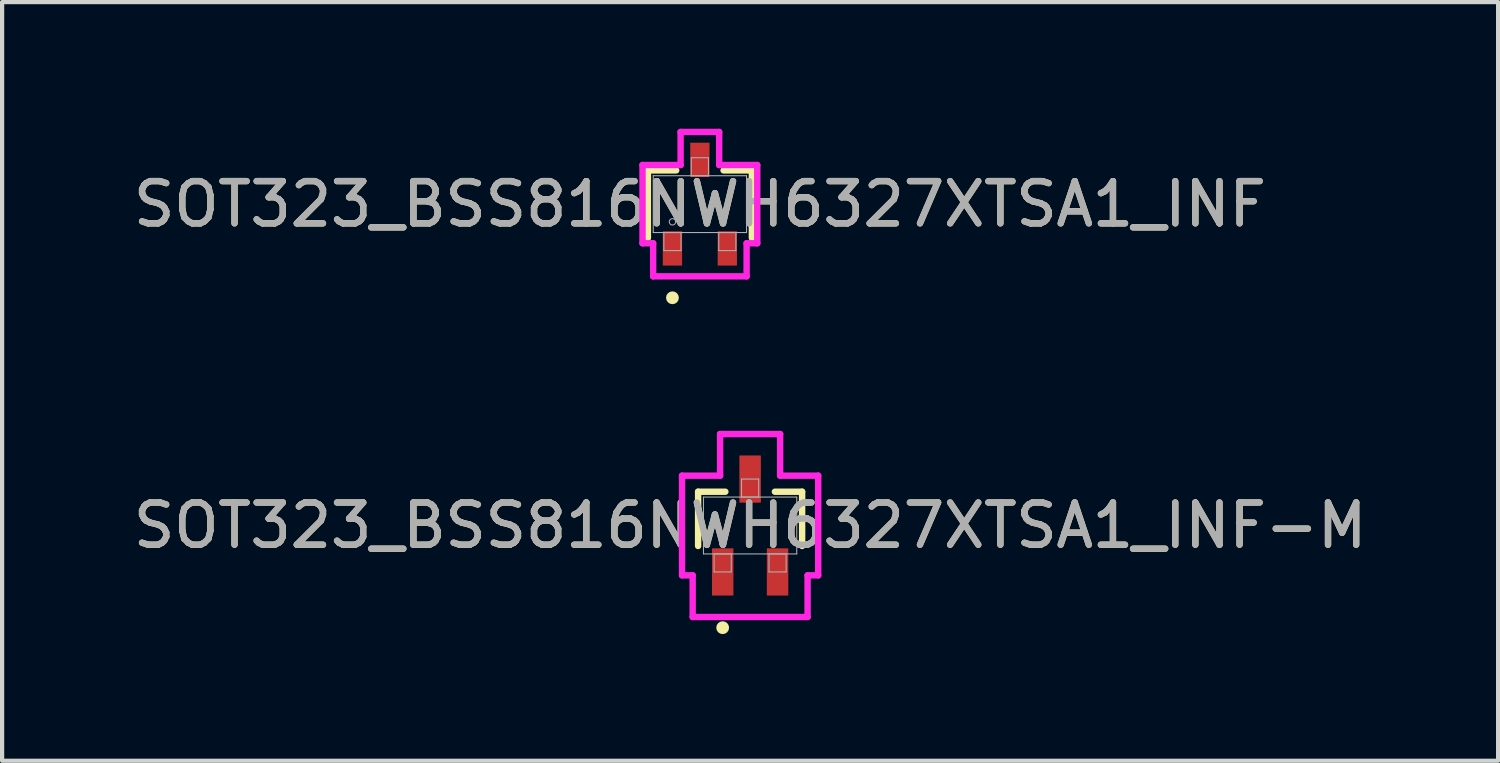
<source format=kicad_pcb>
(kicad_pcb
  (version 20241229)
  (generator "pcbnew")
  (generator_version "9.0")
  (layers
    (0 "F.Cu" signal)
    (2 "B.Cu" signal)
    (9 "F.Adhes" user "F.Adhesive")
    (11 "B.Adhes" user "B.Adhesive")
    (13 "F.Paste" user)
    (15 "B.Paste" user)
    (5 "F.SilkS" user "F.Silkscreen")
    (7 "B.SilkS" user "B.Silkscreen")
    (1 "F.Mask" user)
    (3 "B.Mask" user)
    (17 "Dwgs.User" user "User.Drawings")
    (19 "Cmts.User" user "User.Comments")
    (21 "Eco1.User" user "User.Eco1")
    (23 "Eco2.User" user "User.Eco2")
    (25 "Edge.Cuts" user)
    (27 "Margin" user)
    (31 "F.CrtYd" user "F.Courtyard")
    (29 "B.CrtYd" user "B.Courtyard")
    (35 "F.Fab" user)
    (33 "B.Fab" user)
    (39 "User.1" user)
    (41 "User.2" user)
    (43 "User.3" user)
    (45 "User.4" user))
  (footprint "SOT323_BSS816NWH6327XTSA1_INF"
    (layer "F.Cu")
    (at 13.53 1.786)
    (property "Reference" "SOT323_BSS816NWH6327XTSA1_INF" (at 0 0 0) (unlocked yes) (layer "F.SilkS") (effects (font (size 1 1) (thickness 0.15))))
    (attr smd)
    (fp_line (start -1.232 -0.8) (end -1.232 0.8) (stroke (width 0.152) (type solid)) (layer "F.SilkS"))
    (fp_line (start -0.561 -0.8) (end -1.232 -0.8) (stroke (width 0.152) (type solid)) (layer "F.SilkS"))
    (fp_line (start 1.232 -0.8) (end 0.561 -0.8) (stroke (width 0.152) (type solid)) (layer "F.SilkS"))
    (fp_line (start 1.232 0.8) (end 1.232 -0.8) (stroke (width 0.152) (type solid)) (layer "F.SilkS"))
    (fp_circle (center -0.65 2.218) (end -0.574 2.218) (stroke (width 0.152) (type solid)) (fill no) (layer "F.SilkS"))
    (fp_line (start -1.359 -0.927) (end -0.457 -0.927) (stroke (width 0.152) (type solid)) (layer "F.CrtYd"))
    (fp_line (start -1.359 0.927) (end -1.359 -0.927) (stroke (width 0.152) (type solid)) (layer "F.CrtYd"))
    (fp_line (start -1.359 0.927) (end -1.107 0.927) (stroke (width 0.152) (type solid)) (layer "F.CrtYd"))
    (fp_line (start -1.107 0.927) (end -1.107 1.71) (stroke (width 0.152) (type solid)) (layer "F.CrtYd"))
    (fp_line (start -1.107 1.71) (end 1.107 1.71) (stroke (width 0.152) (type solid)) (layer "F.CrtYd"))
    (fp_line (start -0.457 -1.71) (end 0.457 -1.71) (stroke (width 0.152) (type solid)) (layer "F.CrtYd"))
    (fp_line (start -0.457 -0.927) (end -0.457 -1.71) (stroke (width 0.152) (type solid)) (layer "F.CrtYd"))
    (fp_line (start 0.457 -0.927) (end 0.457 -1.71) (stroke (width 0.152) (type solid)) (layer "F.CrtYd"))
    (fp_line (start 1.107 0.927) (end 1.107 1.71) (stroke (width 0.152) (type solid)) (layer "F.CrtYd"))
    (fp_line (start 1.359 -0.927) (end 0.457 -0.927) (stroke (width 0.152) (type solid)) (layer "F.CrtYd"))
    (fp_line (start 1.359 -0.927) (end 1.359 0.927) (stroke (width 0.152) (type solid)) (layer "F.CrtYd"))
    (fp_line (start 1.359 0.927) (end 1.107 0.927) (stroke (width 0.152) (type solid)) (layer "F.CrtYd"))
    (fp_line (start -1.105 -0.673) (end -1.105 0.673) (stroke (width 0.025) (type solid)) (layer "F.Fab"))
    (fp_line (start -1.105 0.673) (end 1.105 0.673) (stroke (width 0.025) (type solid)) (layer "F.Fab"))
    (fp_line (start -0.853 0.673) (end -0.853 1.1) (stroke (width 0.025) (type solid)) (layer "F.Fab"))
    (fp_line (start -0.853 1.1) (end -0.447 1.1) (stroke (width 0.025) (type solid)) (layer "F.Fab"))
    (fp_line (start -0.447 0.673) (end -0.853 0.673) (stroke (width 0.025) (type solid)) (layer "F.Fab"))
    (fp_line (start -0.447 1.1) (end -0.447 0.673) (stroke (width 0.025) (type solid)) (layer "F.Fab"))
    (fp_line (start -0.203 -1.1) (end -0.203 -0.673) (stroke (width 0.025) (type solid)) (layer "F.Fab"))
    (fp_line (start -0.203 -0.673) (end 0.203 -0.673) (stroke (width 0.025) (type solid)) (layer "F.Fab"))
    (fp_line (start 0.203 -1.1) (end -0.203 -1.1) (stroke (width 0.025) (type solid)) (layer "F.Fab"))
    (fp_line (start 0.203 -0.673) (end 0.203 -1.1) (stroke (width 0.025) (type solid)) (layer "F.Fab"))
    (fp_line (start 0.447 0.673) (end 0.447 1.1) (stroke (width 0.025) (type solid)) (layer "F.Fab"))
    (fp_line (start 0.447 1.1) (end 0.853 1.1) (stroke (width 0.025) (type solid)) (layer "F.Fab"))
    (fp_line (start 0.853 0.673) (end 0.447 0.673) (stroke (width 0.025) (type solid)) (layer "F.Fab"))
    (fp_line (start 0.853 1.1) (end 0.853 0.673) (stroke (width 0.025) (type solid)) (layer "F.Fab"))
    (fp_line (start 1.105 -0.673) (end -1.105 -0.673) (stroke (width 0.025) (type solid)) (layer "F.Fab"))
    (fp_line (start 1.105 0.673) (end 1.105 -0.673) (stroke (width 0.025) (type solid)) (layer "F.Fab"))
    (fp_circle (center -0.65 0.419) (end -0.574 0.419) (stroke (width 0.025) (type solid)) (fill no) (layer "F.Fab"))
    (fp_text user "${REFERENCE}" (at 0 0 0) (unlocked yes) (layer "F.Fab") (effects (font (size 1 1) (thickness 0.15))))
    (pad "1" smd rect (at -0.65 1.049) (size 0.457 0.813) (layers "F.Cu" "F.Mask" "F.Paste"))
    (pad "2" smd rect (at 0.65 1.049) (size 0.457 0.813) (layers "F.Cu" "F.Mask" "F.Paste"))
    (pad "3" smd rect (at 0 -1.049) (size 0.457 0.813) (layers "F.Cu" "F.Mask" "F.Paste")))
  (footprint "SOT323_BSS816NWH6327XTSA1_INF-M"
    (layer "F.Cu")
    (at 14.72 9.399)
    (property "Reference" "SOT323_BSS816NWH6327XTSA1_INF-M" (at 0 0 0) (unlocked yes) (layer "F.SilkS") (effects (font (size 1 1) (thickness 0.15))))
    (attr smd)
    (fp_line (start -1.232 -0.8) (end -1.232 0.485) (stroke (width 0.152) (type solid)) (layer "F.SilkS"))
    (fp_line (start -0.587 -0.8) (end -1.232 -0.8) (stroke (width 0.152) (type solid)) (layer "F.SilkS"))
    (fp_line (start 1.232 -0.8) (end 0.587 -0.8) (stroke (width 0.152) (type solid)) (layer "F.SilkS"))
    (fp_line (start 1.232 0.485) (end 1.232 -0.8) (stroke (width 0.152) (type solid)) (layer "F.SilkS"))
    (fp_circle (center -0.65 2.421) (end -0.574 2.421) (stroke (width 0.152) (type solid)) (fill no) (layer "F.SilkS"))
    (fp_line (start -1.613 -1.181) (end -0.711 -1.181) (stroke (width 0.152) (type solid)) (layer "F.CrtYd"))
    (fp_line (start -1.613 1.181) (end -1.613 -1.181) (stroke (width 0.152) (type solid)) (layer "F.CrtYd"))
    (fp_line (start -1.613 1.181) (end -1.361 1.181) (stroke (width 0.152) (type solid)) (layer "F.CrtYd"))
    (fp_line (start -1.361 1.181) (end -1.361 2.167) (stroke (width 0.152) (type solid)) (layer "F.CrtYd"))
    (fp_line (start -1.361 2.167) (end 1.361 2.167) (stroke (width 0.152) (type solid)) (layer "F.CrtYd"))
    (fp_line (start -0.711 -2.167) (end 0.711 -2.167) (stroke (width 0.152) (type solid)) (layer "F.CrtYd"))
    (fp_line (start -0.711 -1.181) (end -0.711 -2.167) (stroke (width 0.152) (type solid)) (layer "F.CrtYd"))
    (fp_line (start 0.711 -1.181) (end 0.711 -2.167) (stroke (width 0.152) (type solid)) (layer "F.CrtYd"))
    (fp_line (start 1.361 1.181) (end 1.361 2.167) (stroke (width 0.152) (type solid)) (layer "F.CrtYd"))
    (fp_line (start 1.613 -1.181) (end 0.711 -1.181) (stroke (width 0.152) (type solid)) (layer "F.CrtYd"))
    (fp_line (start 1.613 -1.181) (end 1.613 1.181) (stroke (width 0.152) (type solid)) (layer "F.CrtYd"))
    (fp_line (start 1.613 1.181) (end 1.361 1.181) (stroke (width 0.152) (type solid)) (layer "F.CrtYd"))
    (fp_line (start -1.105 -0.673) (end -1.105 0.673) (stroke (width 0.025) (type solid)) (layer "F.Fab"))
    (fp_line (start -1.105 0.673) (end 1.105 0.673) (stroke (width 0.025) (type solid)) (layer "F.Fab"))
    (fp_line (start -0.853 0.673) (end -0.853 1.1) (stroke (width 0.025) (type solid)) (layer "F.Fab"))
    (fp_line (start -0.853 1.1) (end -0.447 1.1) (stroke (width 0.025) (type solid)) (layer "F.Fab"))
    (fp_line (start -0.447 0.673) (end -0.853 0.673) (stroke (width 0.025) (type solid)) (layer "F.Fab"))
    (fp_line (start -0.447 1.1) (end -0.447 0.673) (stroke (width 0.025) (type solid)) (layer "F.Fab"))
    (fp_line (start -0.203 -1.1) (end -0.203 -0.673) (stroke (width 0.025) (type solid)) (layer "F.Fab"))
    (fp_line (start -0.203 -0.673) (end 0.203 -0.673) (stroke (width 0.025) (type solid)) (layer "F.Fab"))
    (fp_line (start 0.203 -1.1) (end -0.203 -1.1) (stroke (width 0.025) (type solid)) (layer "F.Fab"))
    (fp_line (start 0.203 -0.673) (end 0.203 -1.1) (stroke (width 0.025) (type solid)) (layer "F.Fab"))
    (fp_line (start 0.447 0.673) (end 0.447 1.1) (stroke (width 0.025) (type solid)) (layer "F.Fab"))
    (fp_line (start 0.447 1.1) (end 0.853 1.1) (stroke (width 0.025) (type solid)) (layer "F.Fab"))
    (fp_line (start 0.853 0.673) (end 0.447 0.673) (stroke (width 0.025) (type solid)) (layer "F.Fab"))
    (fp_line (start 0.853 1.1) (end 0.853 0.673) (stroke (width 0.025) (type solid)) (layer "F.Fab"))
    (fp_line (start 1.105 -0.673) (end -1.105 -0.673) (stroke (width 0.025) (type solid)) (layer "F.Fab"))
    (fp_line (start 1.105 0.673) (end 1.105 -0.673) (stroke (width 0.025) (type solid)) (layer "F.Fab"))
    (fp_circle (center -0.65 0.419) (end -0.574 0.419) (stroke (width 0.025) (type solid)) (fill no) (layer "F.Fab"))
    (fp_text user "${REFERENCE}" (at 0 0 0) (unlocked yes) (layer "F.Fab") (effects (font (size 1 1) (thickness 0.15))))
    (pad "1" smd rect (at -0.65 1.1) (size 0.508 1.118) (layers "F.Cu" "F.Mask" "F.Paste"))
    (pad "2" smd rect (at 0.65 1.1) (size 0.508 1.118) (layers "F.Cu" "F.Mask" "F.Paste"))
    (pad "3" smd rect (at 0 -1.1) (size 0.508 1.118) (layers "F.Cu" "F.Mask" "F.Paste")))
  (gr_rect
    (start -3 -3)
    (end 32.44 14.972)
    (stroke (width 0.1) (type default))
    (fill no)
    (layer "Edge.Cuts")))
</source>
